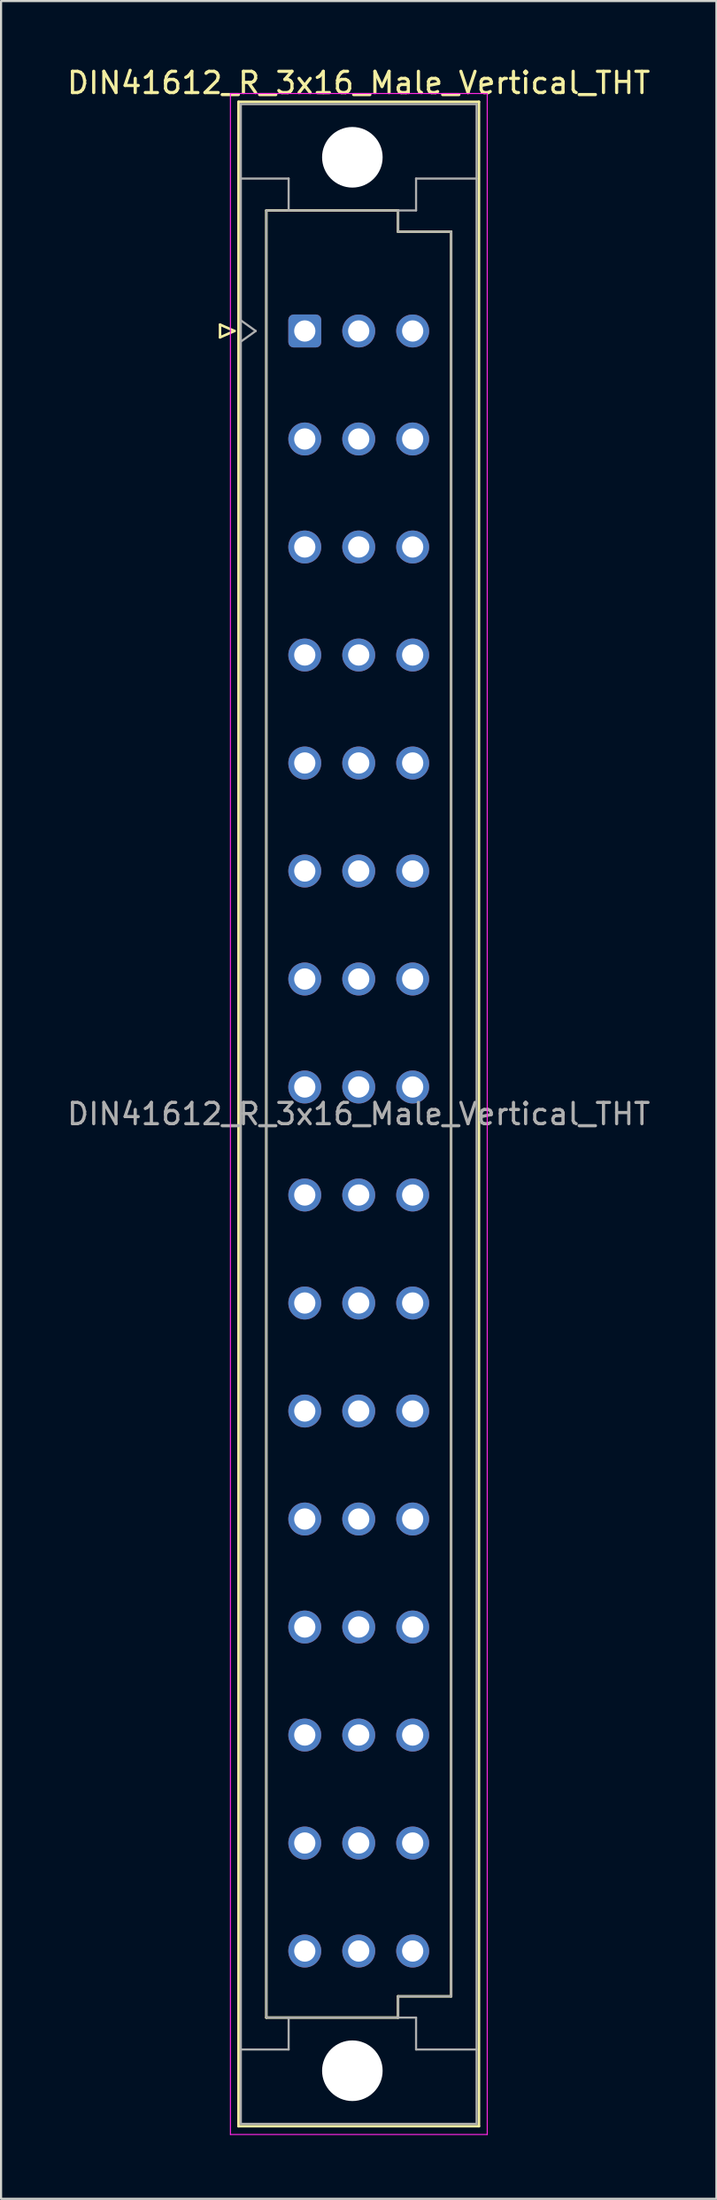
<source format=kicad_pcb>
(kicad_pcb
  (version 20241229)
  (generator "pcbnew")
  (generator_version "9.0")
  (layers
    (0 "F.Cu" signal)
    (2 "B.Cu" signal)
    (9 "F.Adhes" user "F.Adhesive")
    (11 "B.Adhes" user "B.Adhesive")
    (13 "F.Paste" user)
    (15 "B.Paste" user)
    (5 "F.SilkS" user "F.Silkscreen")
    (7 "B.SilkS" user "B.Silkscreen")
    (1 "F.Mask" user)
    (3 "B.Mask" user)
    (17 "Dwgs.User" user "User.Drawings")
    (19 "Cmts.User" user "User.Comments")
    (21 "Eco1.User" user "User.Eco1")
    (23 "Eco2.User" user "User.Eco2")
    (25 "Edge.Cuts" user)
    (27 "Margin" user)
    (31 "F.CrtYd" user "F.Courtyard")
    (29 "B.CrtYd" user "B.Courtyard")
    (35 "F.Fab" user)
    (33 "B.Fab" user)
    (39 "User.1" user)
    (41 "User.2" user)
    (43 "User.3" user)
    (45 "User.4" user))
  (footprint "DIN41612_R_3x16_Male_Vertical_THT"
    (layer "F.Cu")
    (at 11.299 9.978)
    (property "Reference" "DIN41612_R_3x16_Male_Vertical_THT" (at 2.54 -9.13 0) (layer "F.SilkS") (effects (font (size 1 1) (thickness 0.15))))
    (attr through_hole)
    (fp_line (start -3.99 2.24) (end -3.99 2.84) (stroke (width 0.12) (type solid)) (layer "F.SilkS"))
    (fp_line (start -3.99 2.84) (end -3.31 2.54) (stroke (width 0.12) (type solid)) (layer "F.SilkS"))
    (fp_line (start -3.31 2.54) (end -3.99 2.24) (stroke (width 0.12) (type solid)) (layer "F.SilkS"))
    (fp_line (start -3.12 -8.24) (end 8.2 -8.24) (stroke (width 0.12) (type solid)) (layer "F.SilkS"))
    (fp_line (start -3.12 86.98) (end -3.12 -8.24) (stroke (width 0.12) (type solid)) (layer "F.SilkS"))
    (fp_line (start -1.81 -3.13) (end 4.39 -3.13) (stroke (width 0.12) (type solid)) (layer "F.SilkS"))
    (fp_line (start -1.81 81.87) (end -1.81 -3.13) (stroke (width 0.12) (type solid)) (layer "F.SilkS"))
    (fp_line (start 4.39 -3.13) (end 4.39 -2.13) (stroke (width 0.12) (type solid)) (layer "F.SilkS"))
    (fp_line (start 4.39 -2.13) (end 6.89 -2.13) (stroke (width 0.12) (type solid)) (layer "F.SilkS"))
    (fp_line (start 4.39 80.87) (end 4.39 81.87) (stroke (width 0.12) (type solid)) (layer "F.SilkS"))
    (fp_line (start 4.39 81.87) (end -1.81 81.87) (stroke (width 0.12) (type solid)) (layer "F.SilkS"))
    (fp_line (start 6.89 -2.13) (end 6.89 80.87) (stroke (width 0.12) (type solid)) (layer "F.SilkS"))
    (fp_line (start 6.89 80.87) (end 4.39 80.87) (stroke (width 0.12) (type solid)) (layer "F.SilkS"))
    (fp_line (start 8.2 -8.24) (end 8.2 86.98) (stroke (width 0.12) (type solid)) (layer "F.SilkS"))
    (fp_line (start 8.2 86.98) (end -3.12 86.98) (stroke (width 0.12) (type solid)) (layer "F.SilkS"))
    (fp_line (start -3.5 -8.63) (end 8.59 -8.63) (stroke (width 0.05) (type solid)) (layer "F.CrtYd"))
    (fp_line (start -3.5 87.37) (end -3.5 -8.63) (stroke (width 0.05) (type solid)) (layer "F.CrtYd"))
    (fp_line (start 8.59 -8.63) (end 8.59 87.37) (stroke (width 0.05) (type solid)) (layer "F.CrtYd"))
    (fp_line (start 8.59 87.37) (end -3.5 87.37) (stroke (width 0.05) (type solid)) (layer "F.CrtYd"))
    (fp_line (start -3.01 -8.13) (end 8.09 -8.13) (stroke (width 0.1) (type solid)) (layer "F.Fab"))
    (fp_line (start -3.01 -4.63) (end -0.76 -4.63) (stroke (width 0.1) (type solid)) (layer "F.Fab"))
    (fp_line (start -3.01 2.04) (end -2.31 2.54) (stroke (width 0.1) (type solid)) (layer "F.Fab"))
    (fp_line (start -3.01 83.37) (end -0.76 83.37) (stroke (width 0.1) (type solid)) (layer "F.Fab"))
    (fp_line (start -3.01 86.87) (end -3.01 -8.13) (stroke (width 0.1) (type solid)) (layer "F.Fab"))
    (fp_line (start -2.31 2.54) (end -3.01 3.04) (stroke (width 0.1) (type solid)) (layer "F.Fab"))
    (fp_line (start -1.81 -3.13) (end 4.39 -3.13) (stroke (width 0.1) (type solid)) (layer "F.Fab"))
    (fp_line (start -1.81 81.87) (end -1.81 -3.13) (stroke (width 0.1) (type solid)) (layer "F.Fab"))
    (fp_line (start -0.76 -4.63) (end -0.76 -3.13) (stroke (width 0.1) (type solid)) (layer "F.Fab"))
    (fp_line (start -0.76 83.37) (end -0.76 81.87) (stroke (width 0.1) (type solid)) (layer "F.Fab"))
    (fp_line (start 4.39 -3.13) (end 4.39 -2.13) (stroke (width 0.1) (type solid)) (layer "F.Fab"))
    (fp_line (start 4.39 -3.13) (end 5.24 -3.13) (stroke (width 0.1) (type solid)) (layer "F.Fab"))
    (fp_line (start 4.39 -2.13) (end 6.89 -2.13) (stroke (width 0.1) (type solid)) (layer "F.Fab"))
    (fp_line (start 4.39 80.87) (end 4.39 81.87) (stroke (width 0.1) (type solid)) (layer "F.Fab"))
    (fp_line (start 4.39 81.87) (end -1.81 81.87) (stroke (width 0.1) (type solid)) (layer "F.Fab"))
    (fp_line (start 4.39 81.87) (end 5.24 81.87) (stroke (width 0.1) (type solid)) (layer "F.Fab"))
    (fp_line (start 5.24 -4.63) (end 8.09 -4.63) (stroke (width 0.1) (type solid)) (layer "F.Fab"))
    (fp_line (start 5.24 -3.13) (end 5.24 -4.63) (stroke (width 0.1) (type solid)) (layer "F.Fab"))
    (fp_line (start 5.24 81.87) (end 5.24 83.37) (stroke (width 0.1) (type solid)) (layer "F.Fab"))
    (fp_line (start 5.24 83.37) (end 8.09 83.37) (stroke (width 0.1) (type solid)) (layer "F.Fab"))
    (fp_line (start 6.89 -2.13) (end 6.89 80.87) (stroke (width 0.1) (type solid)) (layer "F.Fab"))
    (fp_line (start 6.89 80.87) (end 4.39 80.87) (stroke (width 0.1) (type solid)) (layer "F.Fab"))
    (fp_line (start 8.09 -8.13) (end 8.09 86.87) (stroke (width 0.1) (type solid)) (layer "F.Fab"))
    (fp_line (start 8.09 86.87) (end -3.01 86.87) (stroke (width 0.1) (type solid)) (layer "F.Fab"))
    (fp_text user "${REFERENCE}" (at 2.54 39.37 0) (layer "F.Fab") (effects (font (size 1 1) (thickness 0.15))))
    (pad "" np_thru_hole circle (at 2.24 -5.63) (size 2.85 2.85) (drill 2.85) (layers "*.Cu" "*.Mask"))
    (pad "" np_thru_hole circle (at 2.24 84.37) (size 2.85 2.85) (drill 2.85) (layers "*.Cu" "*.Mask"))
    (pad "a2" thru_hole roundrect (at 0 2.54) (size 1.55 1.55) (drill 1) (layers "*.Cu" "*.Mask") (roundrect_rratio 0.161))
    (pad "a4" thru_hole circle (at 0 7.62) (size 1.55 1.55) (drill 1) (layers "*.Cu" "*.Mask"))
    (pad "a6" thru_hole circle (at 0 12.7) (size 1.55 1.55) (drill 1) (layers "*.Cu" "*.Mask"))
    (pad "a8" thru_hole circle (at 0 17.78) (size 1.55 1.55) (drill 1) (layers "*.Cu" "*.Mask"))
    (pad "a10" thru_hole circle (at 0 22.86) (size 1.55 1.55) (drill 1) (layers "*.Cu" "*.Mask"))
    (pad "a12" thru_hole circle (at 0 27.94) (size 1.55 1.55) (drill 1) (layers "*.Cu" "*.Mask"))
    (pad "a14" thru_hole circle (at 0 33.02) (size 1.55 1.55) (drill 1) (layers "*.Cu" "*.Mask"))
    (pad "a16" thru_hole circle (at 0 38.1) (size 1.55 1.55) (drill 1) (layers "*.Cu" "*.Mask"))
    (pad "a18" thru_hole circle (at 0 43.18) (size 1.55 1.55) (drill 1) (layers "*.Cu" "*.Mask"))
    (pad "a20" thru_hole circle (at 0 48.26) (size 1.55 1.55) (drill 1) (layers "*.Cu" "*.Mask"))
    (pad "a22" thru_hole circle (at 0 53.34) (size 1.55 1.55) (drill 1) (layers "*.Cu" "*.Mask"))
    (pad "a24" thru_hole circle (at 0 58.42) (size 1.55 1.55) (drill 1) (layers "*.Cu" "*.Mask"))
    (pad "a26" thru_hole circle (at 0 63.5) (size 1.55 1.55) (drill 1) (layers "*.Cu" "*.Mask"))
    (pad "a28" thru_hole circle (at 0 68.58) (size 1.55 1.55) (drill 1) (layers "*.Cu" "*.Mask"))
    (pad "a30" thru_hole circle (at 0 73.66) (size 1.55 1.55) (drill 1) (layers "*.Cu" "*.Mask"))
    (pad "a32" thru_hole circle (at 0 78.74) (size 1.55 1.55) (drill 1) (layers "*.Cu" "*.Mask"))
    (pad "b2" thru_hole circle (at 2.54 2.54) (size 1.55 1.55) (drill 1) (layers "*.Cu" "*.Mask"))
    (pad "b4" thru_hole circle (at 2.54 7.62) (size 1.55 1.55) (drill 1) (layers "*.Cu" "*.Mask"))
    (pad "b6" thru_hole circle (at 2.54 12.7) (size 1.55 1.55) (drill 1) (layers "*.Cu" "*.Mask"))
    (pad "b8" thru_hole circle (at 2.54 17.78) (size 1.55 1.55) (drill 1) (layers "*.Cu" "*.Mask"))
    (pad "b10" thru_hole circle (at 2.54 22.86) (size 1.55 1.55) (drill 1) (layers "*.Cu" "*.Mask"))
    (pad "b12" thru_hole circle (at 2.54 27.94) (size 1.55 1.55) (drill 1) (layers "*.Cu" "*.Mask"))
    (pad "b14" thru_hole circle (at 2.54 33.02) (size 1.55 1.55) (drill 1) (layers "*.Cu" "*.Mask"))
    (pad "b16" thru_hole circle (at 2.54 38.1) (size 1.55 1.55) (drill 1) (layers "*.Cu" "*.Mask"))
    (pad "b18" thru_hole circle (at 2.54 43.18) (size 1.55 1.55) (drill 1) (layers "*.Cu" "*.Mask"))
    (pad "b20" thru_hole circle (at 2.54 48.26) (size 1.55 1.55) (drill 1) (layers "*.Cu" "*.Mask"))
    (pad "b22" thru_hole circle (at 2.54 53.34) (size 1.55 1.55) (drill 1) (layers "*.Cu" "*.Mask"))
    (pad "b24" thru_hole circle (at 2.54 58.42) (size 1.55 1.55) (drill 1) (layers "*.Cu" "*.Mask"))
    (pad "b26" thru_hole circle (at 2.54 63.5) (size 1.55 1.55) (drill 1) (layers "*.Cu" "*.Mask"))
    (pad "b28" thru_hole circle (at 2.54 68.58) (size 1.55 1.55) (drill 1) (layers "*.Cu" "*.Mask"))
    (pad "b30" thru_hole circle (at 2.54 73.66) (size 1.55 1.55) (drill 1) (layers "*.Cu" "*.Mask"))
    (pad "b32" thru_hole circle (at 2.54 78.74) (size 1.55 1.55) (drill 1) (layers "*.Cu" "*.Mask"))
    (pad "c2" thru_hole circle (at 5.08 2.54) (size 1.55 1.55) (drill 1) (layers "*.Cu" "*.Mask"))
    (pad "c4" thru_hole circle (at 5.08 7.62) (size 1.55 1.55) (drill 1) (layers "*.Cu" "*.Mask"))
    (pad "c6" thru_hole circle (at 5.08 12.7) (size 1.55 1.55) (drill 1) (layers "*.Cu" "*.Mask"))
    (pad "c8" thru_hole circle (at 5.08 17.78) (size 1.55 1.55) (drill 1) (layers "*.Cu" "*.Mask"))
    (pad "c10" thru_hole circle (at 5.08 22.86) (size 1.55 1.55) (drill 1) (layers "*.Cu" "*.Mask"))
    (pad "c12" thru_hole circle (at 5.08 27.94) (size 1.55 1.55) (drill 1) (layers "*.Cu" "*.Mask"))
    (pad "c14" thru_hole circle (at 5.08 33.02) (size 1.55 1.55) (drill 1) (layers "*.Cu" "*.Mask"))
    (pad "c16" thru_hole circle (at 5.08 38.1) (size 1.55 1.55) (drill 1) (layers "*.Cu" "*.Mask"))
    (pad "c18" thru_hole circle (at 5.08 43.18) (size 1.55 1.55) (drill 1) (layers "*.Cu" "*.Mask"))
    (pad "c20" thru_hole circle (at 5.08 48.26) (size 1.55 1.55) (drill 1) (layers "*.Cu" "*.Mask"))
    (pad "c22" thru_hole circle (at 5.08 53.34) (size 1.55 1.55) (drill 1) (layers "*.Cu" "*.Mask"))
    (pad "c24" thru_hole circle (at 5.08 58.42) (size 1.55 1.55) (drill 1) (layers "*.Cu" "*.Mask"))
    (pad "c26" thru_hole circle (at 5.08 63.5) (size 1.55 1.55) (drill 1) (layers "*.Cu" "*.Mask"))
    (pad "c28" thru_hole circle (at 5.08 68.58) (size 1.55 1.55) (drill 1) (layers "*.Cu" "*.Mask"))
    (pad "c30" thru_hole circle (at 5.08 73.66) (size 1.55 1.55) (drill 1) (layers "*.Cu" "*.Mask"))
    (pad "c32" thru_hole circle (at 5.08 78.74) (size 1.55 1.55) (drill 1) (layers "*.Cu" "*.Mask")))
  (gr_rect
    (start -3 -3)
    (end 30.679 100.373)
    (stroke (width 0.1) (type default))
    (fill no)
    (layer "Edge.Cuts")))
</source>
